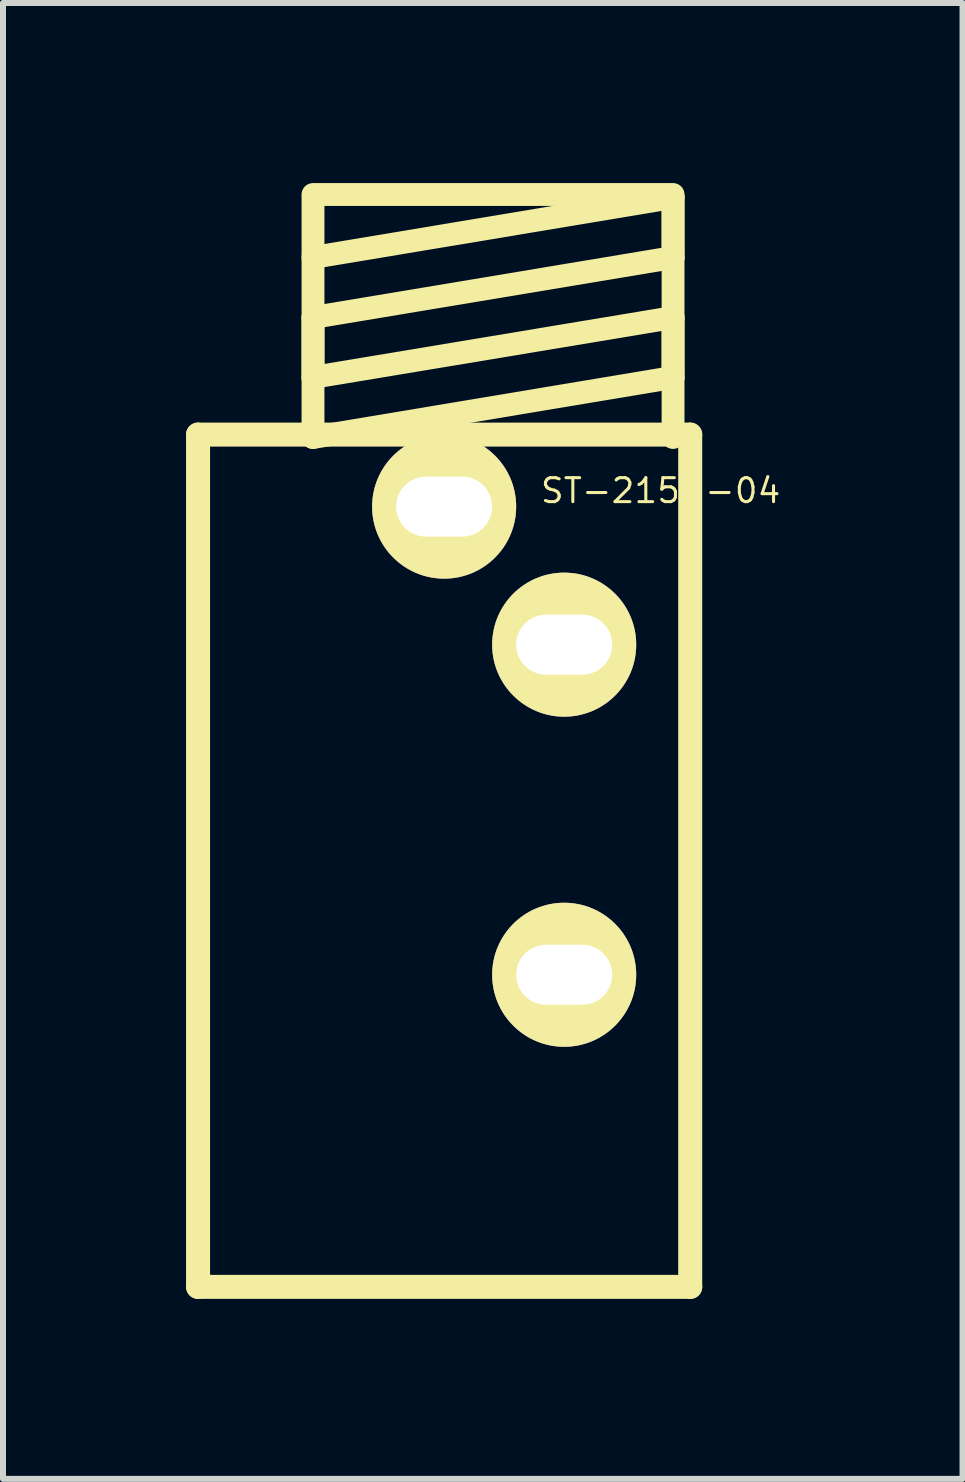
<source format=kicad_pcb>
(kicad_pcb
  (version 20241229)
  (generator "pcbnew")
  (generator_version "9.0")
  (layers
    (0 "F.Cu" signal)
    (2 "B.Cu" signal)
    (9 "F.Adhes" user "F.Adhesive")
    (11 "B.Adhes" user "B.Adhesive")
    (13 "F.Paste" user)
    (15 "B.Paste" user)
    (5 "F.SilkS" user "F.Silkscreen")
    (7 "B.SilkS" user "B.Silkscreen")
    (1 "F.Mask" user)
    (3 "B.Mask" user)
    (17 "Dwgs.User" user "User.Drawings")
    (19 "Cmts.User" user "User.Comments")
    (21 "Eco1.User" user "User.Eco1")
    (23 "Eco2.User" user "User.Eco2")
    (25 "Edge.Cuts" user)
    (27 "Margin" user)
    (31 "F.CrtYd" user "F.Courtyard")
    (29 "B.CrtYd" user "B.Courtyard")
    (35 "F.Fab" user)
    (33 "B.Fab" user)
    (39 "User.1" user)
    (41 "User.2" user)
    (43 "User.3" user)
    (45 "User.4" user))
  (footprint "ST-215N-04"
    (layer "F.Cu")
    (at 0.25 4.191)
    (property "Reference" "ST-215N-04" (at 7.707 0.935 0) (layer "F.SilkS") (effects (font (size 0.399 0.399) (thickness 0.051))))
    (attr through_hole)
    (fp_line (start 0 0) (end 8.2 0) (stroke (width 0.4) (type solid)) (layer "F.SilkS"))
    (fp_line (start 0 14.2) (end 0 0) (stroke (width 0.4) (type solid)) (layer "F.SilkS"))
    (fp_line (start 1.915 -3.952) (end 1.915 0.048) (stroke (width 0.381) (type solid)) (layer "F.SilkS"))
    (fp_line (start 1.915 -1.951) (end 7.914 -2.951) (stroke (width 0.381) (type solid)) (layer "F.SilkS"))
    (fp_line (start 1.915 -0.953) (end 1.915 -1.951) (stroke (width 0.381) (type solid)) (layer "F.SilkS"))
    (fp_line (start 1.915 0.048) (end 7.914 -0.953) (stroke (width 0.381) (type solid)) (layer "F.SilkS"))
    (fp_line (start 7.914 -4) (end 1.915 -4) (stroke (width 0.381) (type solid)) (layer "F.SilkS"))
    (fp_line (start 7.914 -3.952) (end 1.915 -2.951) (stroke (width 0.381) (type solid)) (layer "F.SilkS"))
    (fp_line (start 7.914 -2.951) (end 7.914 -3.952) (stroke (width 0.381) (type solid)) (layer "F.SilkS"))
    (fp_line (start 7.914 -1.951) (end 1.915 -0.953) (stroke (width 0.381) (type solid)) (layer "F.SilkS"))
    (fp_line (start 7.914 -0.953) (end 7.914 -1.951) (stroke (width 0.381) (type solid)) (layer "F.SilkS"))
    (fp_line (start 7.914 0.048) (end 7.914 -3.952) (stroke (width 0.381) (type solid)) (layer "F.SilkS"))
    (fp_line (start 8.2 0) (end 8.2 14.2) (stroke (width 0.4) (type solid)) (layer "F.SilkS"))
    (fp_line (start 8.2 14.2) (end 0 14.2) (stroke (width 0.4) (type solid)) (layer "F.SilkS"))
    (pad "1" thru_hole circle (at 6.1 3.5 90) (size 2.4 2.4) (drill oval 1 1.6) (layers "*.Cu" "*.Mask" "F.SilkS"))
    (pad "2" thru_hole circle (at 6.1 9 90) (size 2.4 2.4) (drill oval 1 1.6) (layers "*.Cu" "*.Mask" "F.SilkS"))
    (pad "3" thru_hole circle (at 4.1 1.2 90) (size 2.4 2.4) (drill oval 1 1.6) (layers "*.Cu" "*.Mask" "F.SilkS")))
  (gr_rect
    (start -3 -3)
    (end 12.987 21.59)
    (stroke (width 0.1) (type default))
    (fill no)
    (layer "Edge.Cuts")))
</source>
